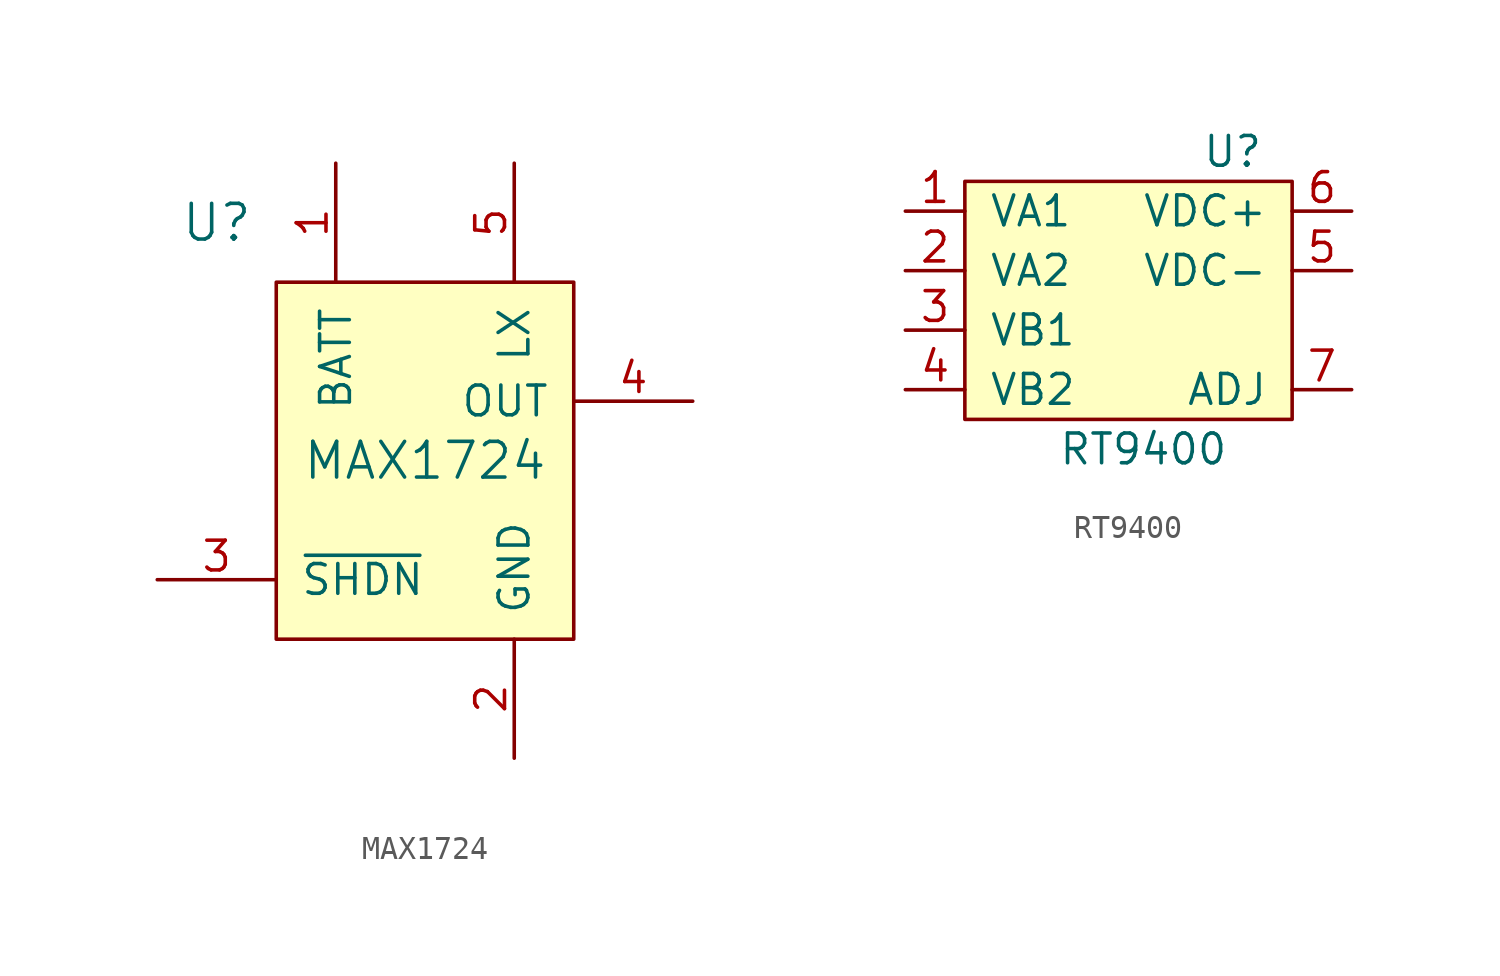
<source format=kicad_sym>
(kicad_symbol_lib
  (version 20231120)
  (generator "kicad_symbol_editor")
  (generator_version "8.0")
  (symbol "MAX1724"
    (pin_names
      (offset 1.016))
    (property "Reference" "U"
      (at -8.89 10.16 0)
      (effects (font (size 1.524 1.524))))
    (property "Value" "MAX1724"
      (at 0 0 0)
      (effects (font (size 1.524 1.524))))
    (symbol "MAX1724_0_1"
      (rectangle (start -6.35 7.62) (end 6.35 -7.62) (stroke (width 0) (type solid)) (fill (type background))))
    (symbol "MAX1724_1_1"
      (pin power_in line (at -3.81 12.7 270) (length 5.08) (name "BATT" (effects (font (size 1.27 1.27)))) (number "1" (effects (font (size 1.27 1.27)))))
      (pin power_in line (at 3.81 -12.7 90) (length 5.08) (name "GND" (effects (font (size 1.27 1.27)))) (number "2" (effects (font (size 1.27 1.27)))))
      (pin input line (at -11.43 -5.08 0) (length 5.08) (name "~{SHDN}" (effects (font (size 1.27 1.27)))) (number "3" (effects (font (size 1.27 1.27)))))
      (pin power_out line (at 11.43 2.54 180) (length 5.08) (name "OUT" (effects (font (size 1.27 1.27)))) (number "4" (effects (font (size 1.27 1.27)))))
      (pin power_in line (at 3.81 12.7 270) (length 5.08) (name "LX" (effects (font (size 1.27 1.27)))) (number "5" (effects (font (size 1.27 1.27)))))))
  (symbol "RT9400"
    (pin_names
      (offset 1.016))
    (property "Reference" "U"
      (at 5.08 6.35 0)
      (effects (font (size 1.27 1.27))))
    (property "Value" "RT9400"
      (at 1.27 -6.35 0)
      (effects (font (size 1.27 1.27))))
    (symbol "RT9400_0_1"
      (rectangle (start -6.35 5.08) (end 7.62 -5.08) (stroke (width 0) (type solid)) (fill (type background))))
    (symbol "RT9400_1_1"
      (pin power_in line (at -8.89 3.81 0) (length 2.54) (name "VA1" (effects (font (size 1.27 1.27)))) (number "1" (effects (font (size 1.27 1.27)))))
      (pin power_in line (at -8.89 1.27 0) (length 2.54) (name "VA2" (effects (font (size 1.27 1.27)))) (number "2" (effects (font (size 1.27 1.27)))))
      (pin power_in line (at -8.89 -1.27 0) (length 2.54) (name "VB1" (effects (font (size 1.27 1.27)))) (number "3" (effects (font (size 1.27 1.27)))))
      (pin power_in line (at -8.89 -3.81 0) (length 2.54) (name "VB2" (effects (font (size 1.27 1.27)))) (number "4" (effects (font (size 1.27 1.27)))))
      (pin power_in line (at 10.16 1.27 180) (length 2.54) (name "VDC-" (effects (font (size 1.27 1.27)))) (number "5" (effects (font (size 1.27 1.27)))))
      (pin power_out line (at 10.16 3.81 180) (length 2.54) (name "VDC+" (effects (font (size 1.27 1.27)))) (number "6" (effects (font (size 1.27 1.27)))))
      (pin input line (at 10.16 -3.81 180) (length 2.54) (name "ADJ" (effects (font (size 1.27 1.27)))) (number "7" (effects (font (size 1.27 1.27))))))))
</source>
